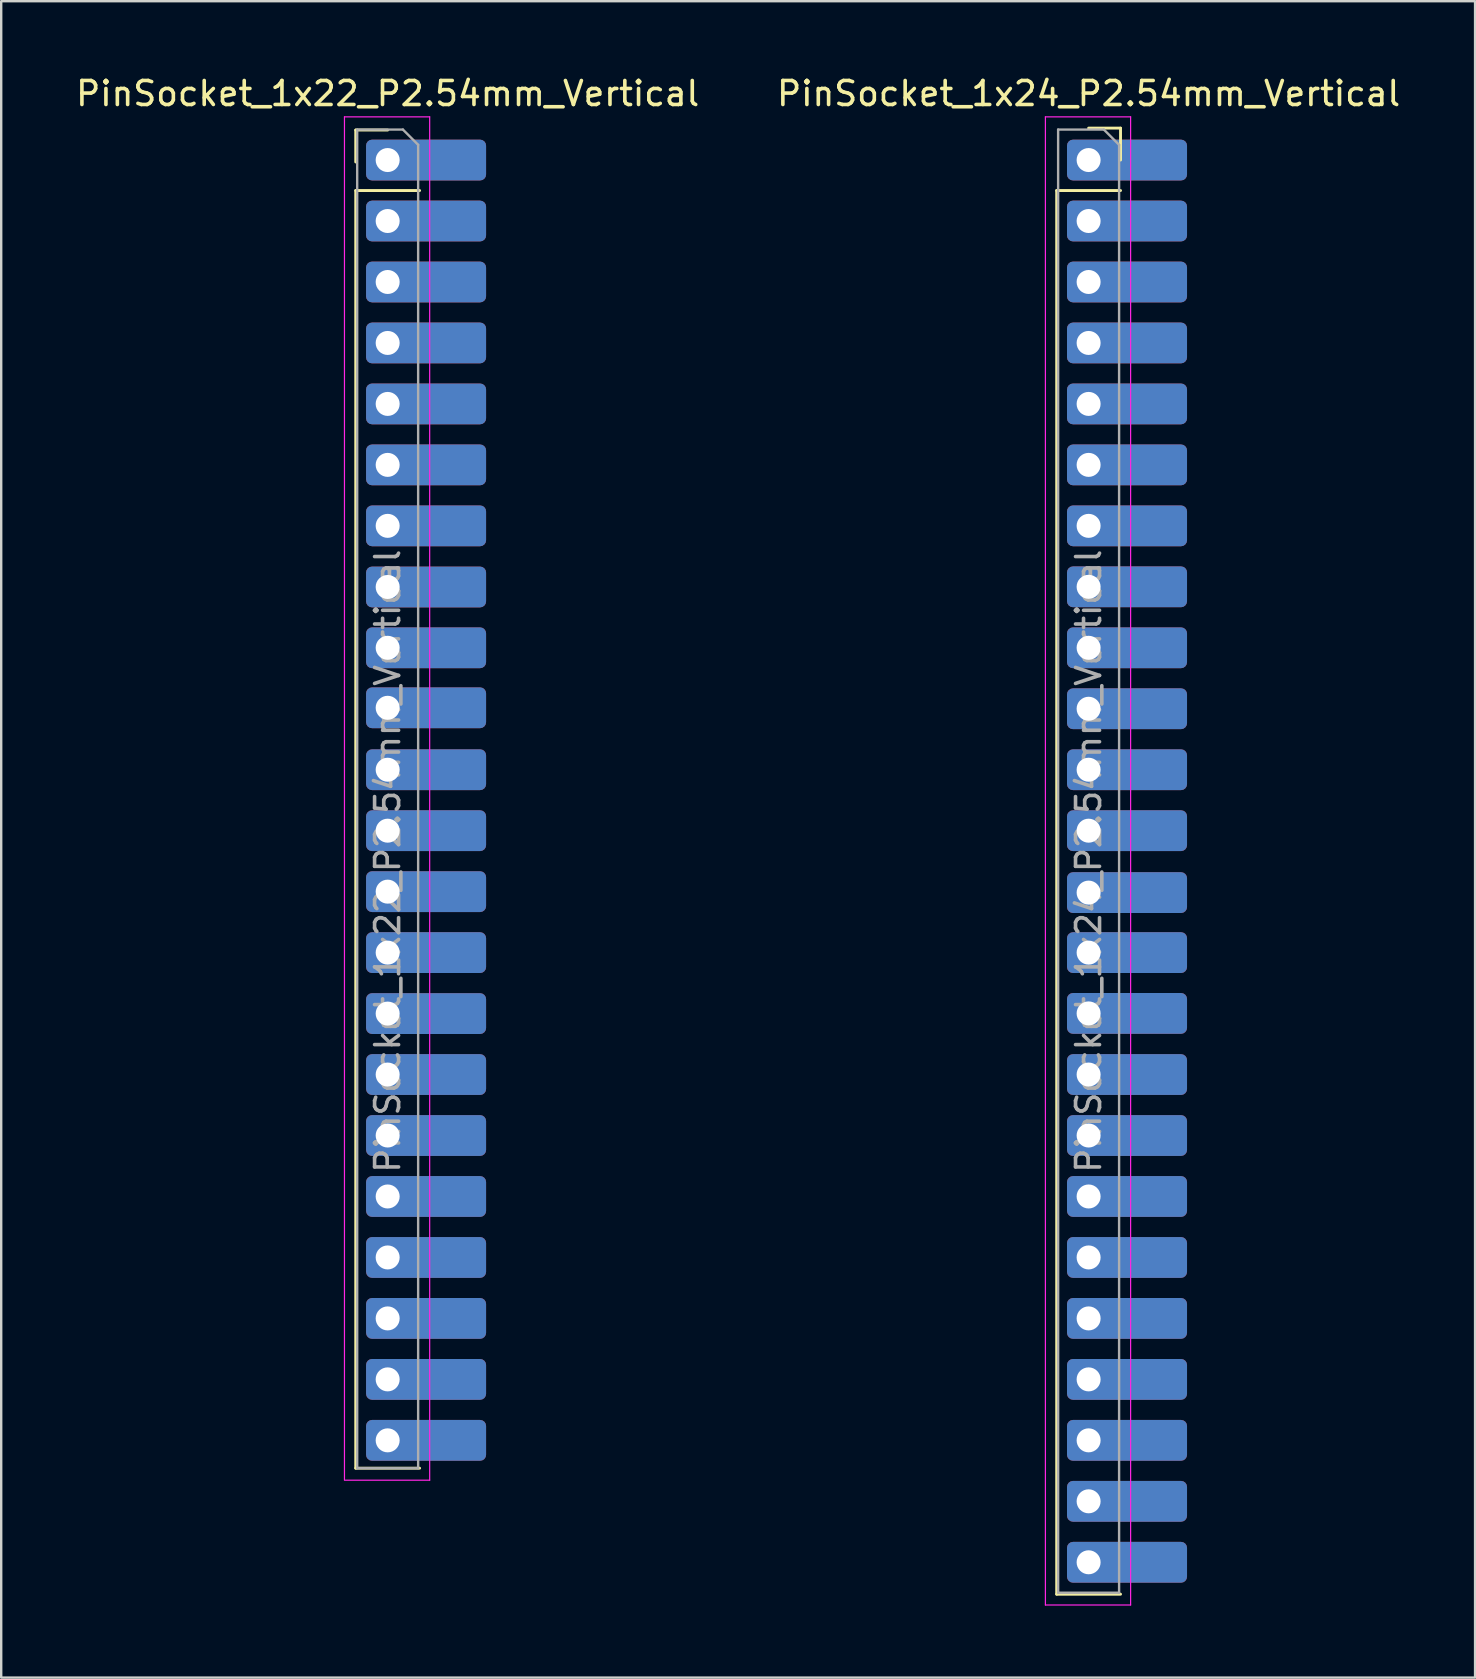
<source format=kicad_pcb>
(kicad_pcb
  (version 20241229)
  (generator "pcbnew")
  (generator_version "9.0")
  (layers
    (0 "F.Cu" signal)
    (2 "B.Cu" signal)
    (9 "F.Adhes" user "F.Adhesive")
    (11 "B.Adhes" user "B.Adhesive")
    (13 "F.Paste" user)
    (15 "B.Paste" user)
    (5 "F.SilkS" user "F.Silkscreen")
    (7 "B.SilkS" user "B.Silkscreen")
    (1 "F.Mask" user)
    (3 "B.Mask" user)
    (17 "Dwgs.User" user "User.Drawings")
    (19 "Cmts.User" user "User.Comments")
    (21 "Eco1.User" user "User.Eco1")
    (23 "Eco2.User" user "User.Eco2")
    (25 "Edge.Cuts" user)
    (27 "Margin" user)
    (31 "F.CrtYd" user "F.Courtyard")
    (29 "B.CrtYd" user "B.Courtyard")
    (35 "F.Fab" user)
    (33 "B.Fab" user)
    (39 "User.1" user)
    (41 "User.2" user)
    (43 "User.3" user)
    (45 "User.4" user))
  (footprint "PinSocket_1x22_P2.54mm_Vertical"
    (layer "F.Cu")
    (at 13.101 3.618)
    (property "Reference" "PinSocket_1x22_P2.54mm_Vertical" (at 0 -2.77 0) (layer "F.SilkS") (effects (font (size 1 1) (thickness 0.15))))
    (attr through_hole)
    (fp_line (start -1.33 -1.25) (end 0 -1.25) (stroke (width 0.12) (type solid)) (layer "F.SilkS"))
    (fp_line (start -1.33 0.08) (end -1.33 -1.25) (stroke (width 0.12) (type solid)) (layer "F.SilkS"))
    (fp_line (start -1.33 1.27) (end -1.33 54.5) (stroke (width 0.12) (type solid)) (layer "F.SilkS"))
    (fp_line (start -1.33 1.27) (end 1.33 1.27) (stroke (width 0.12) (type solid)) (layer "F.SilkS"))
    (fp_line (start -1.33 54.5) (end 1.33 54.5) (stroke (width 0.12) (type solid)) (layer "F.SilkS"))
    (fp_line (start -1.8 -1.8) (end 1.75 -1.8) (stroke (width 0.05) (type solid)) (layer "F.CrtYd"))
    (fp_line (start -1.8 55) (end -1.8 -1.8) (stroke (width 0.05) (type solid)) (layer "F.CrtYd"))
    (fp_line (start 1.75 -1.8) (end 1.75 55) (stroke (width 0.05) (type solid)) (layer "F.CrtYd"))
    (fp_line (start 1.75 55) (end -1.775 55) (stroke (width 0.05) (type solid)) (layer "F.CrtYd"))
    (fp_line (start -1.27 -1.27) (end 0.635 -1.27) (stroke (width 0.1) (type solid)) (layer "F.Fab"))
    (fp_line (start -1.27 54.5) (end -1.27 -1.27) (stroke (width 0.1) (type solid)) (layer "F.Fab"))
    (fp_line (start 0.635 -1.27) (end 1.27 -0.635) (stroke (width 0.1) (type solid)) (layer "F.Fab"))
    (fp_line (start 1.27 -0.635) (end 1.27 54.5) (stroke (width 0.1) (type solid)) (layer "F.Fab"))
    (fp_line (start 1.27 54.5) (end -1.27 54.5) (stroke (width 0.1) (type solid)) (layer "F.Fab"))
    (fp_text user "${REFERENCE}" (at 0 29.21 90) (layer "F.Fab") (effects (font (size 1 1) (thickness 0.15))))
    (pad "1" thru_hole roundrect (at 0 53.34) (size 5 1.7) (drill 1 (offset 1.6 0)) (layers "*.Cu" "*.Mask") (roundrect_rratio 0.147))
    (pad "2" thru_hole roundrect (at 0 50.8) (size 5 1.7) (drill 1 (offset 1.6 0)) (layers "*.Cu" "*.Mask") (roundrect_rratio 0.147))
    (pad "3" thru_hole roundrect (at 0 48.26) (size 5 1.7) (drill 1 (offset 1.6 0)) (layers "*.Cu" "*.Mask") (roundrect_rratio 0.147))
    (pad "4" thru_hole roundrect (at 0 45.72) (size 5 1.7) (drill 1 (offset 1.6 0)) (layers "*.Cu" "*.Mask") (roundrect_rratio 0.147))
    (pad "5" thru_hole roundrect (at 0 43.18) (size 5 1.7) (drill 1 (offset 1.6 0)) (layers "*.Cu" "*.Mask") (roundrect_rratio 0.147))
    (pad "6" thru_hole roundrect (at 0 40.64) (size 5 1.7) (drill 1 (offset 1.6 0)) (layers "*.Cu" "*.Mask") (roundrect_rratio 0.147))
    (pad "7" thru_hole roundrect (at 0 38.1) (size 5 1.7) (drill 1 (offset 1.6 0)) (layers "*.Cu" "*.Mask") (roundrect_rratio 0.147))
    (pad "8" thru_hole roundrect (at 0 35.56) (size 5 1.7) (drill 1 (offset 1.6 0)) (layers "*.Cu" "*.Mask") (roundrect_rratio 0.147))
    (pad "9" thru_hole roundrect (at 0 33.02) (size 5 1.7) (drill 1 (offset 1.6 0)) (layers "*.Cu" "*.Mask") (roundrect_rratio 0.147))
    (pad "10" thru_hole roundrect (at 0 30.48) (size 5 1.7) (drill 1 (offset 1.6 0)) (layers "*.Cu" "*.Mask") (roundrect_rratio 0.147))
    (pad "11" thru_hole roundrect (at 0 27.94) (size 5 1.7) (drill 1 (offset 1.6 0)) (layers "*.Cu" "*.Mask") (roundrect_rratio 0.147))
    (pad "12" thru_hole roundrect (at 0 25.4) (size 5 1.7) (drill 1 (offset 1.6 0)) (layers "*.Cu" "*.Mask") (roundrect_rratio 0.147))
    (pad "13" thru_hole roundrect (at 0 22.82) (size 5 1.7) (drill 1 (offset 1.6 0)) (layers "*.Cu" "*.Mask") (roundrect_rratio 0.147))
    (pad "14" thru_hole roundrect (at 0 20.32) (size 5 1.7) (drill 1 (offset 1.6 0)) (layers "*.Cu" "*.Mask") (roundrect_rratio 0.147))
    (pad "15" thru_hole roundrect (at 0 17.787) (size 5 1.7) (drill 1 (offset 1.6 0)) (layers "*.Cu" "*.Mask") (roundrect_rratio 0.147))
    (pad "16" thru_hole roundrect (at 0 15.24) (size 5 1.7) (drill 1 (offset 1.6 0)) (layers "*.Cu" "*.Mask") (roundrect_rratio 0.147))
    (pad "17" thru_hole roundrect (at 0 12.7) (size 5 1.7) (drill 1 (offset 1.6 0)) (layers "*.Cu" "*.Mask") (roundrect_rratio 0.147))
    (pad "18" thru_hole roundrect (at 0 10.16) (size 5 1.7) (drill 1 (offset 1.6 0)) (layers "*.Cu" "*.Mask") (roundrect_rratio 0.147))
    (pad "19" thru_hole roundrect (at 0 7.62) (size 5 1.7) (drill 1 (offset 1.6 0)) (layers "*.Cu" "*.Mask") (roundrect_rratio 0.147))
    (pad "20" thru_hole roundrect (at 0 5.08) (size 5 1.7) (drill 1 (offset 1.6 0)) (layers "*.Cu" "*.Mask") (roundrect_rratio 0.147))
    (pad "21" thru_hole roundrect (at 0 2.54) (size 5 1.7) (drill 1 (offset 1.6 0)) (layers "*.Cu" "*.Mask") (roundrect_rratio 0.147))
    (pad "22" thru_hole roundrect (at 0 0) (size 5 1.7) (drill 1 (offset 1.6 0)) (layers "*.Cu" "*.Mask") (roundrect_rratio 0.147)))
  (footprint "PinSocket_1x24_P2.54mm_Vertical"
    (layer "F.Cu")
    (at 42.304 3.618)
    (property "Reference" "PinSocket_1x24_P2.54mm_Vertical" (at 0 -2.77 0) (layer "F.SilkS") (effects (font (size 1 1) (thickness 0.15))))
    (attr through_hole)
    (fp_line (start -1.33 1.27) (end -1.33 59.75) (stroke (width 0.12) (type solid)) (layer "F.SilkS"))
    (fp_line (start -1.33 1.27) (end 1.33 1.27) (stroke (width 0.12) (type solid)) (layer "F.SilkS"))
    (fp_line (start -1.33 59.75) (end 1.33 59.75) (stroke (width 0.12) (type solid)) (layer "F.SilkS"))
    (fp_line (start 0 -1.33) (end 1.33 -1.33) (stroke (width 0.12) (type solid)) (layer "F.SilkS"))
    (fp_line (start 1.33 -1.33) (end 1.33 0) (stroke (width 0.12) (type solid)) (layer "F.SilkS"))
    (fp_line (start -1.8 -1.8) (end 1.75 -1.8) (stroke (width 0.05) (type solid)) (layer "F.CrtYd"))
    (fp_line (start -1.8 60.2) (end -1.8 -1.8) (stroke (width 0.05) (type solid)) (layer "F.CrtYd"))
    (fp_line (start 1.75 -1.8) (end 1.75 60.2) (stroke (width 0.05) (type solid)) (layer "F.CrtYd"))
    (fp_line (start 1.75 60.2) (end -1.8 60.2) (stroke (width 0.05) (type solid)) (layer "F.CrtYd"))
    (fp_line (start -1.27 -1.27) (end 0.635 -1.27) (stroke (width 0.1) (type solid)) (layer "F.Fab"))
    (fp_line (start -1.27 59.69) (end -1.27 -1.27) (stroke (width 0.1) (type solid)) (layer "F.Fab"))
    (fp_line (start 0.635 -1.27) (end 1.27 -0.635) (stroke (width 0.1) (type solid)) (layer "F.Fab"))
    (fp_line (start 1.27 -0.635) (end 1.27 59.69) (stroke (width 0.1) (type solid)) (layer "F.Fab"))
    (fp_line (start 1.27 59.69) (end -1.27 59.69) (stroke (width 0.1) (type solid)) (layer "F.Fab"))
    (fp_text user "${REFERENCE}" (at 0 29.21 90) (layer "F.Fab") (effects (font (size 1 1) (thickness 0.15))))
    (pad "1" thru_hole roundrect (at 0 0) (size 5 1.7) (drill 1 (offset 1.6 0)) (layers "*.Cu" "*.Mask") (roundrect_rratio 0.147))
    (pad "2" thru_hole roundrect (at 0 2.54) (size 5 1.7) (drill 1 (offset 1.6 0)) (layers "*.Cu" "*.Mask") (roundrect_rratio 0.147))
    (pad "3" thru_hole roundrect (at 0 5.08) (size 5 1.7) (drill 1 (offset 1.6 0)) (layers "*.Cu" "*.Mask") (roundrect_rratio 0.147))
    (pad "4" thru_hole roundrect (at 0 7.62) (size 5 1.7) (drill 1 (offset 1.6 0)) (layers "*.Cu" "*.Mask") (roundrect_rratio 0.147))
    (pad "5" thru_hole roundrect (at 0 10.16) (size 5 1.7) (drill 1 (offset 1.6 0)) (layers "*.Cu" "*.Mask") (roundrect_rratio 0.147))
    (pad "6" thru_hole roundrect (at 0 12.7) (size 5 1.7) (drill 1 (offset 1.6 0)) (layers "*.Cu" "*.Mask") (roundrect_rratio 0.147))
    (pad "7" thru_hole roundrect (at 0 15.24) (size 5 1.7) (drill 1 (offset 1.6 0)) (layers "*.Cu" "*.Mask") (roundrect_rratio 0.147))
    (pad "8" thru_hole roundrect (at 0 17.78) (size 5 1.7) (drill 1 (offset 1.6 0)) (layers "*.Cu" "*.Mask") (roundrect_rratio 0.147))
    (pad "9" thru_hole roundrect (at 0 20.32) (size 5 1.7) (drill 1 (offset 1.6 0)) (layers "*.Cu" "*.Mask") (roundrect_rratio 0.147))
    (pad "10" thru_hole roundrect (at 0 22.86) (size 5 1.7) (drill 1 (offset 1.6 0)) (layers "*.Cu" "*.Mask") (roundrect_rratio 0.147))
    (pad "11" thru_hole roundrect (at 0 25.4) (size 5 1.7) (drill 1 (offset 1.6 0)) (layers "*.Cu" "*.Mask") (roundrect_rratio 0.147))
    (pad "12" thru_hole roundrect (at 0 27.94) (size 5 1.7) (drill 1 (offset 1.6 0)) (layers "*.Cu" "*.Mask") (roundrect_rratio 0.147))
    (pad "13" thru_hole roundrect (at 0 30.52) (size 5 1.7) (drill 1 (offset 1.6 0)) (layers "*.Cu" "*.Mask") (roundrect_rratio 0.147))
    (pad "14" thru_hole roundrect (at 0 33.02) (size 5 1.7) (drill 1 (offset 1.6 0)) (layers "*.Cu" "*.Mask") (roundrect_rratio 0.147))
    (pad "15" thru_hole roundrect (at 0 35.553) (size 5 1.7) (drill 1 (offset 1.6 0)) (layers "*.Cu" "*.Mask") (roundrect_rratio 0.147))
    (pad "16" thru_hole roundrect (at 0 38.1) (size 5 1.7) (drill 1 (offset 1.6 0)) (layers "*.Cu" "*.Mask") (roundrect_rratio 0.147))
    (pad "17" thru_hole roundrect (at 0 40.64) (size 5 1.7) (drill 1 (offset 1.6 0)) (layers "*.Cu" "*.Mask") (roundrect_rratio 0.147))
    (pad "18" thru_hole roundrect (at 0 43.18) (size 5 1.7) (drill 1 (offset 1.6 0)) (layers "*.Cu" "*.Mask") (roundrect_rratio 0.147))
    (pad "19" thru_hole roundrect (at 0 45.72) (size 5 1.7) (drill 1 (offset 1.6 0)) (layers "*.Cu" "*.Mask") (roundrect_rratio 0.147))
    (pad "20" thru_hole roundrect (at 0 48.26) (size 5 1.7) (drill 1 (offset 1.6 0)) (layers "*.Cu" "*.Mask") (roundrect_rratio 0.147))
    (pad "21" thru_hole roundrect (at 0 50.8) (size 5 1.7) (drill 1 (offset 1.6 0)) (layers "*.Cu" "*.Mask") (roundrect_rratio 0.147))
    (pad "22" thru_hole roundrect (at 0 53.34) (size 5 1.7) (drill 1 (offset 1.6 0)) (layers "*.Cu" "*.Mask") (roundrect_rratio 0.147))
    (pad "23" thru_hole roundrect (at 0 55.88) (size 5 1.7) (drill 1 (offset 1.6 0)) (layers "*.Cu" "*.Mask") (roundrect_rratio 0.147))
    (pad "24" thru_hole roundrect (at 0 58.42) (size 5 1.7) (drill 1 (offset 1.6 0)) (layers "*.Cu" "*.Mask") (roundrect_rratio 0.147)))
  (gr_rect
    (start -3 -3)
    (end 58.405 66.843)
    (stroke (width 0.1) (type default))
    (fill no)
    (layer "Edge.Cuts")))
</source>
